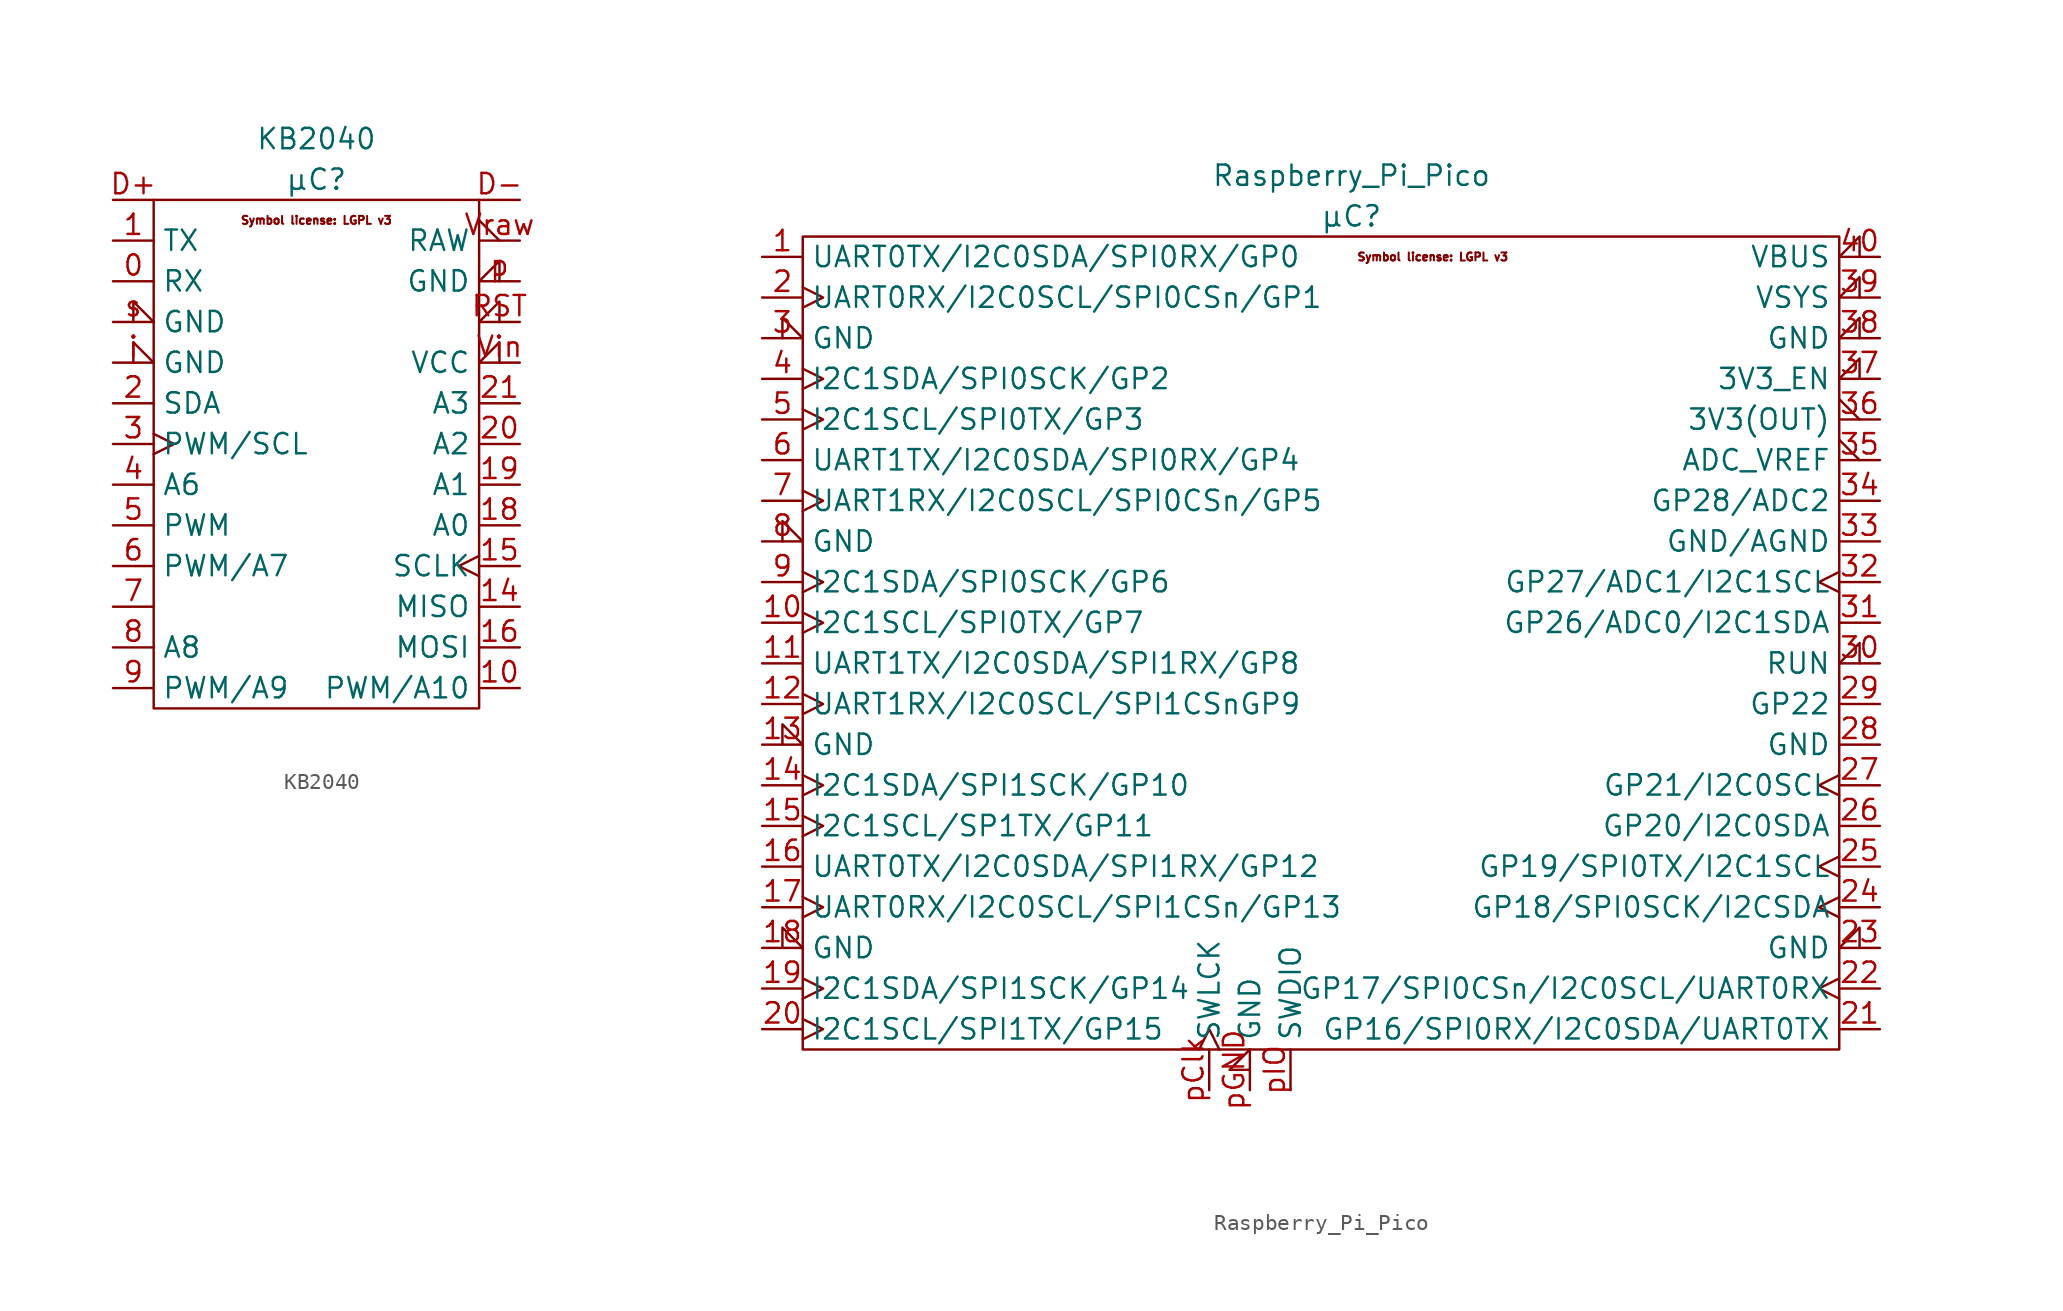
<source format=kicad_sym>
(kicad_symbol_lib
  (version 20211014)
  (generator kicad_symbol_editor)
  (symbol "KB2040"
    (property "Reference" "μC"
      (at 0 0 0)
      (effects (font (size 1.27 1.27))))
    (property "Value" "KB2040"
      (at 0 2.54 0)
      (effects (font (size 1.27 1.27))))
    (symbol "KB2040_0_0"
      (text "Symbol license: LGPL v3" (at 0 -2.54 0) (effects (font (size 0.5 0.5)))))
    (symbol "KB2040_0_1"
      (rectangle (start -10.16 -1.27) (end 10.16 -33.02) (stroke (width 0) (type default) (color 0 0 0 0)) (fill (type none))))
    (symbol "KB2040_1_1"
      (pin bidirectional line (at -12.7 -6.35 0) (length 2.54) (name "RX" (effects (font (size 1.27 1.27)))) (number "0" (effects (font (size 1.27 1.27)))))
      (pin bidirectional line (at -12.7 -3.81 0) (length 2.54) (name "TX" (effects (font (size 1.27 1.27)))) (number "1" (effects (font (size 1.27 1.27)))))
      (pin bidirectional line (at 12.7 -31.75 180) (length 2.54) (name "PWM/A10" (effects (font (size 1.27 1.27)))) (number "10" (effects (font (size 1.27 1.27)))))
      (pin bidirectional line (at 12.7 -26.67 180) (length 2.54) (name "MISO" (effects (font (size 1.27 1.27)))) (number "14" (effects (font (size 1.27 1.27)))))
      (pin bidirectional clock (at 12.7 -24.13 180) (length 2.54) (name "SCLK" (effects (font (size 1.27 1.27)))) (number "15" (effects (font (size 1.27 1.27)))))
      (pin bidirectional line (at 12.7 -29.21 180) (length 2.54) (name "MOSI" (effects (font (size 1.27 1.27)))) (number "16" (effects (font (size 1.27 1.27)))))
      (pin bidirectional line (at 12.7 -21.59 180) (length 2.54) (name "A0" (effects (font (size 1.27 1.27)))) (number "18" (effects (font (size 1.27 1.27)))))
      (pin bidirectional line (at 12.7 -19.05 180) (length 2.54) (name "A1" (effects (font (size 1.27 1.27)))) (number "19" (effects (font (size 1.27 1.27)))))
      (pin bidirectional line (at -12.7 -13.97 0) (length 2.54) (name "SDA" (effects (font (size 1.27 1.27)))) (number "2" (effects (font (size 1.27 1.27)))))
      (pin bidirectional line (at 12.7 -16.51 180) (length 2.54) (name "A2" (effects (font (size 1.27 1.27)))) (number "20" (effects (font (size 1.27 1.27)))))
      (pin bidirectional line (at 12.7 -13.97 180) (length 2.54) (name "A3" (effects (font (size 1.27 1.27)))) (number "21" (effects (font (size 1.27 1.27)))))
      (pin bidirectional clock (at -12.7 -16.51 0) (length 2.54) (name "PWM/SCL" (effects (font (size 1.27 1.27)))) (number "3" (effects (font (size 1.27 1.27)))))
      (pin bidirectional line (at -12.7 -19.05 0) (length 2.54) (name "A6" (effects (font (size 1.27 1.27)))) (number "4" (effects (font (size 1.27 1.27)))))
      (pin bidirectional line (at -12.7 -21.59 0) (length 2.54) (name "PWM" (effects (font (size 1.27 1.27)))) (number "5" (effects (font (size 1.27 1.27)))))
      (pin bidirectional line (at -12.7 -24.13 0) (length 2.54) (name "PWM/A7" (effects (font (size 1.27 1.27)))) (number "6" (effects (font (size 1.27 1.27)))))
      (pin bidirectional line (at -12.7 -26.67 0) (length 2.54) (name "" (effects (font (size 1.27 1.27)))) (number "7" (effects (font (size 1.27 1.27)))))
      (pin bidirectional line (at -12.7 -29.21 0) (length 2.54) (name "A8" (effects (font (size 1.27 1.27)))) (number "8" (effects (font (size 1.27 1.27)))))
      (pin bidirectional line (at -12.7 -31.75 0) (length 2.54) (name "PWM/A9" (effects (font (size 1.27 1.27)))) (number "9" (effects (font (size 1.27 1.27)))))
      (pin bidirectional line (at -12.7 -1.27 0) (length 2.54) (name "" (effects (font (size 1.27 1.27)))) (number "D+" (effects (font (size 1.27 1.27)))))
      (pin bidirectional line (at 12.7 -1.27 180) (length 2.54) (name "" (effects (font (size 1.27 1.27)))) (number "D-" (effects (font (size 1.27 1.27)))))
      (pin input input_low (at 12.7 -8.89 180) (length 2.54) (name "" (effects (font (size 1.27 1.27)))) (number "RST" (effects (font (size 1.27 1.27)))))
      (pin input input_low (at 12.7 -11.43 180) (length 2.54) (name "VCC" (effects (font (size 1.27 1.27)))) (number "Vin" (effects (font (size 1.27 1.27)))))
      (pin power_out output_low (at 12.7 -3.81 180) (length 2.54) (name "RAW" (effects (font (size 1.27 1.27)))) (number "Vraw" (effects (font (size 1.27 1.27)))))
      (pin power_in input_low (at -12.7 -11.43 0) (length 2.54) (name "GND" (effects (font (size 1.27 1.27)))) (number "i" (effects (font (size 1.27 1.27)))))
      (pin power_in input_low (at 12.7 -6.35 180) (length 2.54) (name "GND" (effects (font (size 1.27 1.27)))) (number "p" (effects (font (size 1.27 1.27)))))
      (pin power_in input_low (at -12.7 -8.89 0) (length 2.54) (name "GND" (effects (font (size 1.27 1.27)))) (number "s" (effects (font (size 1.27 1.27)))))))
  (symbol "Raspberry_Pi_Pico"
    (property "Reference" "μC"
      (at 0 0 0)
      (effects (font (size 1.27 1.27))))
    (property "Value" "Raspberry_Pi_Pico"
      (at 0 2.54 0)
      (effects (font (size 1.27 1.27))))
    (symbol "Raspberry_Pi_Pico_0_0"
      (text "Symbol license: LGPL v3" (at 5.08 -2.54 0) (effects (font (size 0.5 0.5)))))
    (symbol "Raspberry_Pi_Pico_0_1"
      (rectangle (start -34.29 -1.27) (end 30.48 -52.07) (stroke (width 0) (type default) (color 0 0 0 0)) (fill (type none))))
    (symbol "Raspberry_Pi_Pico_1_1"
      (pin bidirectional line (at -36.83 -2.54 0) (length 2.54) (name "UART0TX/I2C0SDA/SPI0RX/GP0" (effects (font (size 1.27 1.27)))) (number "1" (effects (font (size 1.27 1.27)))))
      (pin bidirectional clock (at -36.83 -25.4 0) (length 2.54) (name "I2C1SCL/SPI0TX/GP7" (effects (font (size 1.27 1.27)))) (number "10" (effects (font (size 1.27 1.27)))))
      (pin bidirectional line (at -36.83 -27.94 0) (length 2.54) (name "UART1TX/I2C0SDA/SPI1RX/GP8" (effects (font (size 1.27 1.27)))) (number "11" (effects (font (size 1.27 1.27)))))
      (pin bidirectional clock (at -36.83 -30.48 0) (length 2.54) (name "UART1RX/I2C0SCL/SPI1CSnGP9" (effects (font (size 1.27 1.27)))) (number "12" (effects (font (size 1.27 1.27)))))
      (pin power_in input_low (at -36.83 -33.02 0) (length 2.54) (name "GND" (effects (font (size 1.27 1.27)))) (number "13" (effects (font (size 1.27 1.27)))))
      (pin bidirectional clock (at -36.83 -35.56 0) (length 2.54) (name "I2C1SDA/SPI1SCK/GP10" (effects (font (size 1.27 1.27)))) (number "14" (effects (font (size 1.27 1.27)))))
      (pin bidirectional clock (at -36.83 -38.1 0) (length 2.54) (name "I2C1SCL/SP1TX/GP11" (effects (font (size 1.27 1.27)))) (number "15" (effects (font (size 1.27 1.27)))))
      (pin bidirectional line (at -36.83 -40.64 0) (length 2.54) (name "UART0TX/I2C0SDA/SPI1RX/GP12" (effects (font (size 1.27 1.27)))) (number "16" (effects (font (size 1.27 1.27)))))
      (pin bidirectional clock (at -36.83 -43.18 0) (length 2.54) (name "UART0RX/I2C0SCL/SPI1CSn/GP13" (effects (font (size 1.27 1.27)))) (number "17" (effects (font (size 1.27 1.27)))))
      (pin power_in input_low (at -36.83 -45.72 0) (length 2.54) (name "GND" (effects (font (size 1.27 1.27)))) (number "18" (effects (font (size 1.27 1.27)))))
      (pin bidirectional clock (at -36.83 -48.26 0) (length 2.54) (name "I2C1SDA/SPI1SCK/GP14" (effects (font (size 1.27 1.27)))) (number "19" (effects (font (size 1.27 1.27)))))
      (pin bidirectional clock (at -36.83 -5.08 0) (length 2.54) (name "UART0RX/I2C0SCL/SPI0CSn/GP1" (effects (font (size 1.27 1.27)))) (number "2" (effects (font (size 1.27 1.27)))))
      (pin bidirectional clock (at -36.83 -50.8 0) (length 2.54) (name "I2C1SCL/SPI1TX/GP15" (effects (font (size 1.27 1.27)))) (number "20" (effects (font (size 1.27 1.27)))))
      (pin bidirectional line (at 33.02 -50.8 180) (length 2.54) (name "GP16/SPI0RX/I2C0SDA/UART0TX" (effects (font (size 1.27 1.27)))) (number "21" (effects (font (size 1.27 1.27)))))
      (pin bidirectional clock (at 33.02 -48.26 180) (length 2.54) (name "GP17/SPI0CSn/I2C0SCL/UART0RX" (effects (font (size 1.27 1.27)))) (number "22" (effects (font (size 1.27 1.27)))))
      (pin power_in input_low (at 33.02 -45.72 180) (length 2.54) (name "GND" (effects (font (size 1.27 1.27)))) (number "23" (effects (font (size 1.27 1.27)))))
      (pin bidirectional clock (at 33.02 -43.18 180) (length 2.54) (name "GP18/SPI0SCK/I2CSDA" (effects (font (size 1.27 1.27)))) (number "24" (effects (font (size 1.27 1.27)))))
      (pin bidirectional clock (at 33.02 -40.64 180) (length 2.54) (name "GP19/SPI0TX/I2C1SCL" (effects (font (size 1.27 1.27)))) (number "25" (effects (font (size 1.27 1.27)))))
      (pin bidirectional line (at 33.02 -38.1 180) (length 2.54) (name "GP20/I2C0SDA" (effects (font (size 1.27 1.27)))) (number "26" (effects (font (size 1.27 1.27)))))
      (pin bidirectional clock (at 33.02 -35.56 180) (length 2.54) (name "GP21/I2C0SCL" (effects (font (size 1.27 1.27)))) (number "27" (effects (font (size 1.27 1.27)))))
      (pin power_in line (at 33.02 -33.02 180) (length 2.54) (name "GND" (effects (font (size 1.27 1.27)))) (number "28" (effects (font (size 1.27 1.27)))))
      (pin bidirectional line (at 33.02 -30.48 180) (length 2.54) (name "GP22" (effects (font (size 1.27 1.27)))) (number "29" (effects (font (size 1.27 1.27)))))
      (pin power_in input_low (at -36.83 -7.62 0) (length 2.54) (name "GND" (effects (font (size 1.27 1.27)))) (number "3" (effects (font (size 1.27 1.27)))))
      (pin input input_low (at 33.02 -27.94 180) (length 2.54) (name "RUN" (effects (font (size 1.27 1.27)))) (number "30" (effects (font (size 1.27 1.27)))))
      (pin bidirectional line (at 33.02 -25.4 180) (length 2.54) (name "GP26/ADC0/I2C1SDA" (effects (font (size 1.27 1.27)))) (number "31" (effects (font (size 1.27 1.27)))))
      (pin bidirectional clock (at 33.02 -22.86 180) (length 2.54) (name "GP27/ADC1/I2C1SCL" (effects (font (size 1.27 1.27)))) (number "32" (effects (font (size 1.27 1.27)))))
      (pin power_in line (at 33.02 -20.32 180) (length 2.54) (name "GND/AGND" (effects (font (size 1.27 1.27)))) (number "33" (effects (font (size 1.27 1.27)))))
      (pin bidirectional line (at 33.02 -17.78 180) (length 2.54) (name "GP28/ADC2" (effects (font (size 1.27 1.27)))) (number "34" (effects (font (size 1.27 1.27)))))
      (pin output output_low (at 33.02 -15.24 180) (length 2.54) (name "ADC_VREF" (effects (font (size 1.27 1.27)))) (number "35" (effects (font (size 1.27 1.27)))))
      (pin power_out output_low (at 33.02 -12.7 180) (length 2.54) (name "3V3(OUT)" (effects (font (size 1.27 1.27)))) (number "36" (effects (font (size 1.27 1.27)))))
      (pin input input_low (at 33.02 -10.16 180) (length 2.54) (name "3V3_EN" (effects (font (size 1.27 1.27)))) (number "37" (effects (font (size 1.27 1.27)))))
      (pin power_in input_low (at 33.02 -7.62 180) (length 2.54) (name "GND" (effects (font (size 1.27 1.27)))) (number "38" (effects (font (size 1.27 1.27)))))
      (pin power_in input_low (at 33.02 -5.08 180) (length 2.54) (name "VSYS" (effects (font (size 1.27 1.27)))) (number "39" (effects (font (size 1.27 1.27)))))
      (pin bidirectional clock (at -36.83 -10.16 0) (length 2.54) (name "I2C1SDA/SPI0SCK/GP2" (effects (font (size 1.27 1.27)))) (number "4" (effects (font (size 1.27 1.27)))))
      (pin power_in input_low (at 33.02 -2.54 180) (length 2.54) (name "VBUS" (effects (font (size 1.27 1.27)))) (number "40" (effects (font (size 1.27 1.27)))))
      (pin bidirectional clock (at -36.83 -12.7 0) (length 2.54) (name "I2C1SCL/SPI0TX/GP3" (effects (font (size 1.27 1.27)))) (number "5" (effects (font (size 1.27 1.27)))))
      (pin bidirectional line (at -36.83 -15.24 0) (length 2.54) (name "UART1TX/I2C0SDA/SPI0RX/GP4" (effects (font (size 1.27 1.27)))) (number "6" (effects (font (size 1.27 1.27)))))
      (pin bidirectional clock (at -36.83 -17.78 0) (length 2.54) (name "UART1RX/I2C0SCL/SPI0CSn/GP5" (effects (font (size 1.27 1.27)))) (number "7" (effects (font (size 1.27 1.27)))))
      (pin power_in input_low (at -36.83 -20.32 0) (length 2.54) (name "GND" (effects (font (size 1.27 1.27)))) (number "8" (effects (font (size 1.27 1.27)))))
      (pin bidirectional clock (at -36.83 -22.86 0) (length 2.54) (name "I2C1SDA/SPI0SCK/GP6" (effects (font (size 1.27 1.27)))) (number "9" (effects (font (size 1.27 1.27)))))
      (pin bidirectional clock (at -8.89 -54.61 90) (length 2.54) (name "SWLCK" (effects (font (size 1.27 1.27)))) (number "pClk" (effects (font (size 1.27 1.27)))))
      (pin power_in input_low (at -6.35 -54.61 90) (length 2.54) (name "GND" (effects (font (size 1.27 1.27)))) (number "pGND" (effects (font (size 1.27 1.27)))))
      (pin bidirectional line (at -3.81 -54.61 90) (length 2.54) (name "SWDIO" (effects (font (size 1.27 1.27)))) (number "pIO" (effects (font (size 1.27 1.27))))))))
</source>
